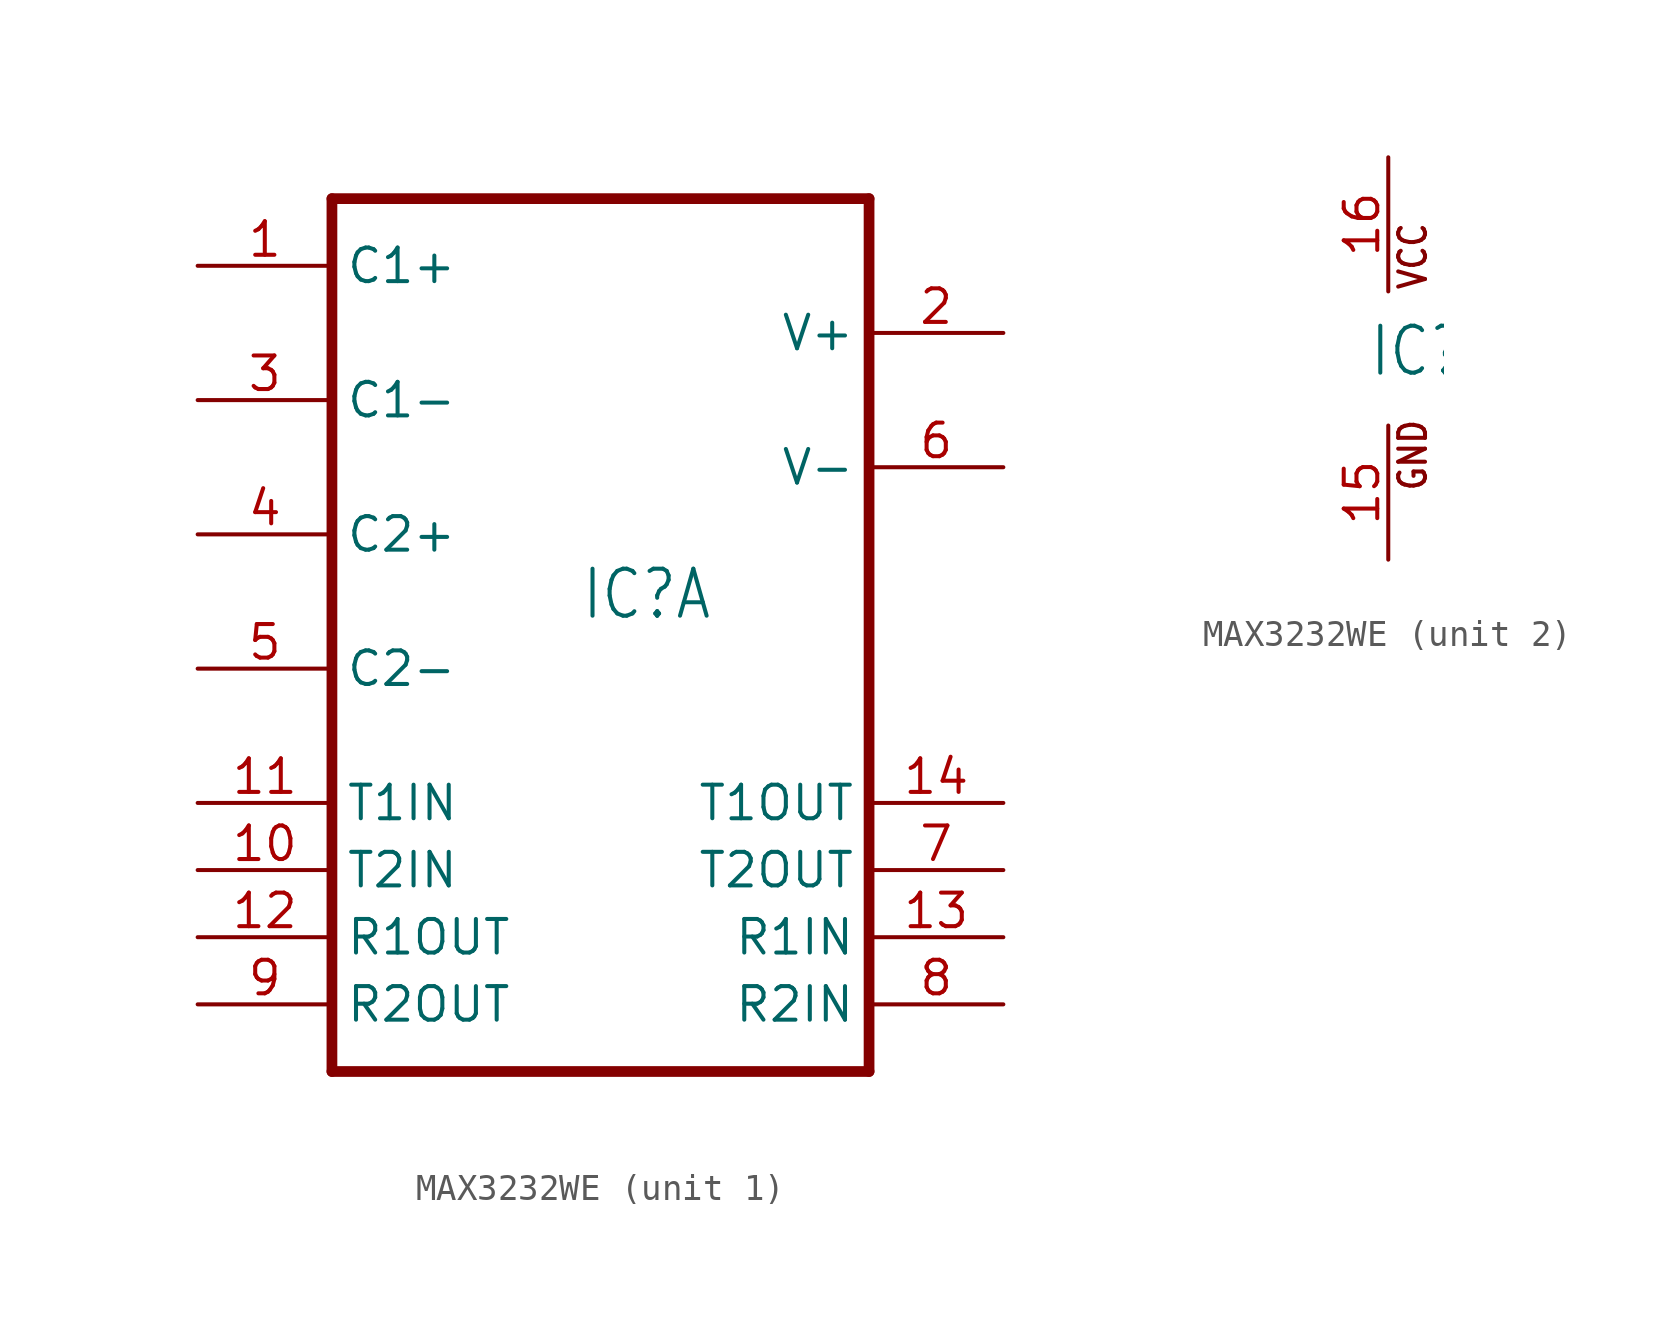
<source format=kicad_sym>
(kicad_symbol_lib
  (version 20211014)
  (generator kicad_symbol_editor)
  (symbol "MAX3232WE"
    (property "Reference" "IC"
      (at -0.762 -0.762 0)
      (effects (font (size 1.778 1.511)) (justify left bottom)))
    (property "ki_locked" ""
      (at 0 0 0)
      (effects (font (size 1.27 1.27))))
    (symbol "MAX3232WE_1_0"
      (polyline (pts (xy -10.16 15.24) (xy -10.16 -17.78)) (stroke (width 0.406) (type default) (color 0 0 0 0)) (fill (type none)))
      (polyline (pts (xy -10.16 15.24) (xy 10.16 15.24)) (stroke (width 0.406) (type default) (color 0 0 0 0)) (fill (type none)))
      (polyline (pts (xy 10.16 -17.78) (xy -10.16 -17.78)) (stroke (width 0.406) (type default) (color 0 0 0 0)) (fill (type none)))
      (polyline (pts (xy 10.16 -17.78) (xy 10.16 15.24)) (stroke (width 0.406) (type default) (color 0 0 0 0)) (fill (type none)))
      (pin bidirectional line (at -15.24 12.7 0) (length 5.08) (name "C1+" (effects (font (size 1.27 1.27)))) (number "1" (effects (font (size 1.27 1.27)))))
      (pin input line (at -15.24 -10.16 0) (length 5.08) (name "T2IN" (effects (font (size 1.27 1.27)))) (number "10" (effects (font (size 1.27 1.27)))))
      (pin input line (at -15.24 -7.62 0) (length 5.08) (name "T1IN" (effects (font (size 1.27 1.27)))) (number "11" (effects (font (size 1.27 1.27)))))
      (pin output line (at -15.24 -12.7 0) (length 5.08) (name "R1OUT" (effects (font (size 1.27 1.27)))) (number "12" (effects (font (size 1.27 1.27)))))
      (pin input line (at 15.24 -12.7 180) (length 5.08) (name "R1IN" (effects (font (size 1.27 1.27)))) (number "13" (effects (font (size 1.27 1.27)))))
      (pin output line (at 15.24 -7.62 180) (length 5.08) (name "T1OUT" (effects (font (size 1.27 1.27)))) (number "14" (effects (font (size 1.27 1.27)))))
      (pin bidirectional line (at 15.24 10.16 180) (length 5.08) (name "V+" (effects (font (size 1.27 1.27)))) (number "2" (effects (font (size 1.27 1.27)))))
      (pin bidirectional line (at -15.24 7.62 0) (length 5.08) (name "C1-" (effects (font (size 1.27 1.27)))) (number "3" (effects (font (size 1.27 1.27)))))
      (pin bidirectional line (at -15.24 2.54 0) (length 5.08) (name "C2+" (effects (font (size 1.27 1.27)))) (number "4" (effects (font (size 1.27 1.27)))))
      (pin bidirectional line (at -15.24 -2.54 0) (length 5.08) (name "C2-" (effects (font (size 1.27 1.27)))) (number "5" (effects (font (size 1.27 1.27)))))
      (pin bidirectional line (at 15.24 5.08 180) (length 5.08) (name "V-" (effects (font (size 1.27 1.27)))) (number "6" (effects (font (size 1.27 1.27)))))
      (pin output line (at 15.24 -10.16 180) (length 5.08) (name "T2OUT" (effects (font (size 1.27 1.27)))) (number "7" (effects (font (size 1.27 1.27)))))
      (pin input line (at 15.24 -15.24 180) (length 5.08) (name "R2IN" (effects (font (size 1.27 1.27)))) (number "8" (effects (font (size 1.27 1.27)))))
      (pin output line (at -15.24 -15.24 0) (length 5.08) (name "R2OUT" (effects (font (size 1.27 1.27)))) (number "9" (effects (font (size 1.27 1.27))))))
    (symbol "MAX3232WE_2_0"
      (text "GND" (at 1.524 -5.08 900) (effects (font (size 1.016 0.864)) (justify left bottom)))
      (text "VCC" (at 1.524 2.54 900) (effects (font (size 1.016 0.864)) (justify left bottom)))
      (pin power_in line (at 0 -7.62 90) (length 5.08) (name "GND" (effects (font (size 0 0)))) (number "15" (effects (font (size 1.27 1.27)))))
      (pin power_in line (at 0 7.62 270) (length 5.08) (name "VCC" (effects (font (size 0 0)))) (number "16" (effects (font (size 1.27 1.27))))))))
</source>
